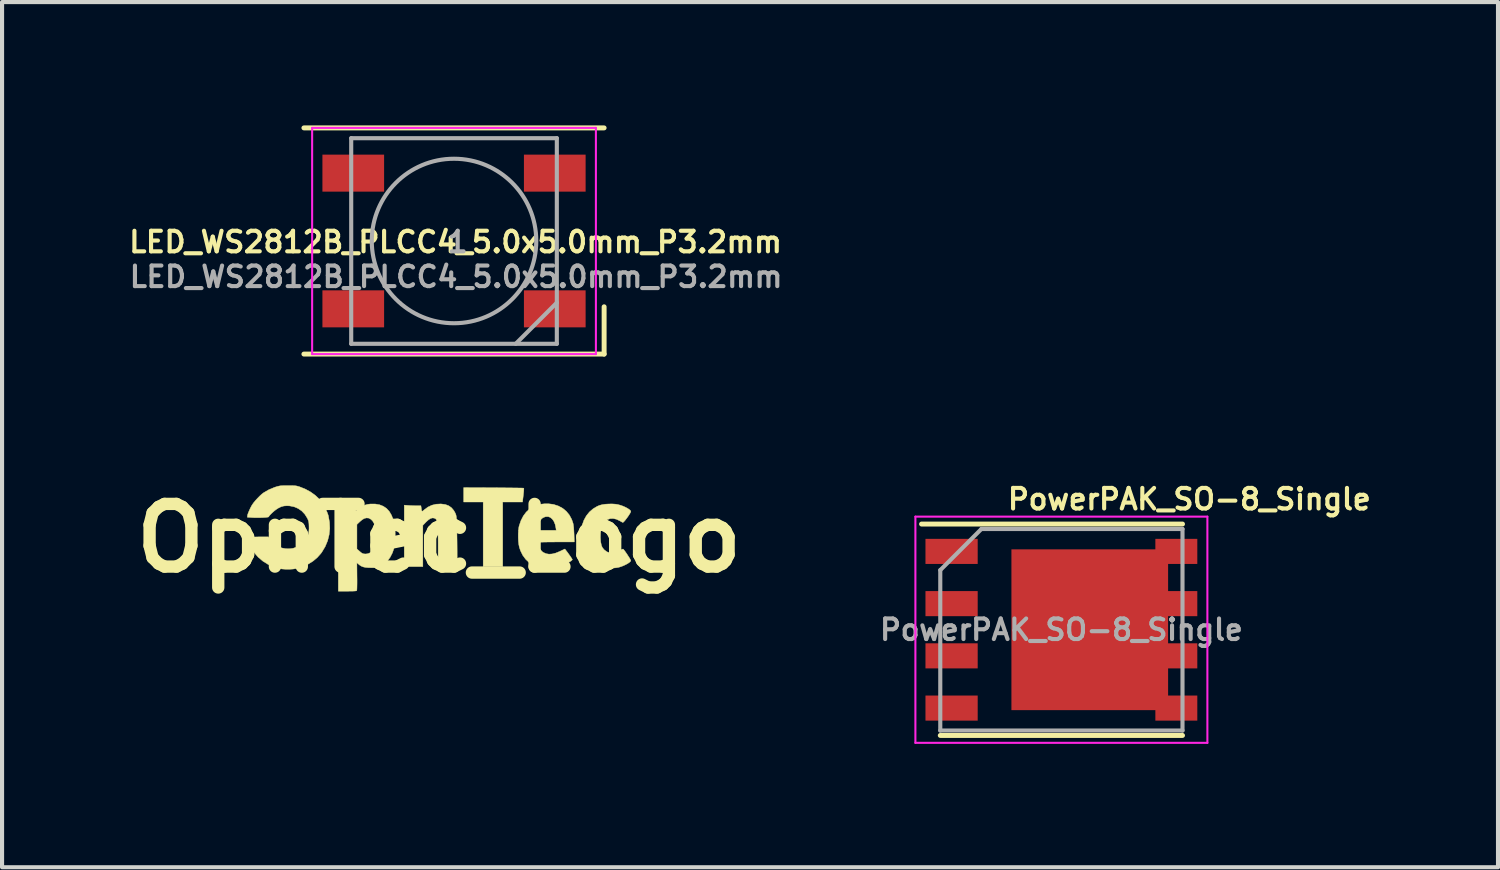
<source format=kicad_pcb>
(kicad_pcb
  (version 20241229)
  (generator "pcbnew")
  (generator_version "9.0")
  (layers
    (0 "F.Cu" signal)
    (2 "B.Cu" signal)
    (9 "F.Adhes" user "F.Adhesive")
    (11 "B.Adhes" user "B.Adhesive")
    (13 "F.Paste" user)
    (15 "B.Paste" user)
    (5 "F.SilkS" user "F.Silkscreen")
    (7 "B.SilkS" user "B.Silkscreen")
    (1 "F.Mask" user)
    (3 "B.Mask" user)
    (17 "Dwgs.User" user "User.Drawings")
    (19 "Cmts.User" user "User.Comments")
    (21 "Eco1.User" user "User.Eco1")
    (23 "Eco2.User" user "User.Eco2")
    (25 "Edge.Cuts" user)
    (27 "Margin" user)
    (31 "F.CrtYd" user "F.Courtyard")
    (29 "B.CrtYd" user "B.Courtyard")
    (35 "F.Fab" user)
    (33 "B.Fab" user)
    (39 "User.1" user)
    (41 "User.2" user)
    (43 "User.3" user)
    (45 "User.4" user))
  (footprint "OpnTec_Logo"
    (layer "F.Cu")
    (at 7.627 10.038)
    (property "Reference" "OpnTec_Logo" (at 0 0 0) (layer "F.SilkS") (effects (font (size 1.524 1.524) (thickness 0.3))))
    (attr through_hole)
    (fp_poly (pts (xy 1.326 -1.228) (xy 1.452 -1.227) (xy 1.571 -1.226) (xy 1.682 -1.225) (xy 1.782 -1.224) (xy 1.87 -1.223) (xy 1.943 -1.222) (xy 2.001 -1.221) (xy 2.04 -1.219) (xy 2.059 -1.218) (xy 2.06 -1.217) (xy 2.061 -1.204) (xy 2.06 -1.173) (xy 2.057 -1.127) (xy 2.051 -1.072) (xy 2.048 -1.045) (xy 2.029 -0.881) (xy 1.547 -0.881) (xy 1.547 0.689) (xy 1.072 0.689) (xy 1.072 -0.881) (xy 0.598 -0.881) (xy 0.598 -1.231) (xy 1.326 -1.228)) (stroke (width 0.01) (type solid)) (fill yes) (layer "F.SilkS"))
    (fp_poly (pts (xy 0.057 -0.833) (xy 0.153 -0.82) (xy 0.235 -0.789) (xy 0.303 -0.74) (xy 0.359 -0.673) (xy 0.393 -0.611) (xy 0.402 -0.591) (xy 0.409 -0.572) (xy 0.414 -0.551) (xy 0.419 -0.525) (xy 0.422 -0.491) (xy 0.424 -0.445) (xy 0.427 -0.385) (xy 0.429 -0.307) (xy 0.43 -0.248) (xy 0.433 -0.149) (xy 0.435 -0.034) (xy 0.437 0.088) (xy 0.438 0.208) (xy 0.439 0.32) (xy 0.439 0.37) (xy 0.44 0.689) (xy -0.023 0.689) (xy -0.023 0.246) (xy -0.023 0.101) (xy -0.024 -0.023) (xy -0.026 -0.127) (xy -0.029 -0.214) (xy -0.033 -0.286) (xy -0.038 -0.343) (xy -0.045 -0.388) (xy -0.054 -0.422) (xy -0.065 -0.448) (xy -0.078 -0.466) (xy -0.094 -0.478) (xy -0.113 -0.487) (xy -0.118 -0.489) (xy -0.16 -0.494) (xy -0.206 -0.482) (xy -0.255 -0.451) (xy -0.312 -0.4) (xy -0.319 -0.393) (xy -0.395 -0.314) (xy -0.395 0.689) (xy -0.847 0.689) (xy -0.847 -0.805) (xy -0.754 -0.798) (xy -0.697 -0.794) (xy -0.63 -0.792) (xy -0.566 -0.79) (xy -0.551 -0.79) (xy -0.442 -0.79) (xy -0.434 -0.737) (xy -0.428 -0.69) (xy -0.421 -0.664) (xy -0.41 -0.656) (xy -0.393 -0.665) (xy -0.365 -0.688) (xy -0.358 -0.694) (xy -0.27 -0.759) (xy -0.176 -0.803) (xy -0.073 -0.828) (xy 0.04 -0.834) (xy 0.057 -0.833)) (stroke (width 0.01) (type solid)) (fill yes) (layer "F.SilkS"))
    (fp_poly (pts (xy 4.288 -0.829) (xy 4.344 -0.82) (xy 4.405 -0.804) (xy 4.468 -0.782) (xy 4.527 -0.756) (xy 4.58 -0.728) (xy 4.623 -0.7) (xy 4.652 -0.674) (xy 4.662 -0.653) (xy 4.662 -0.652) (xy 4.656 -0.632) (xy 4.639 -0.6) (xy 4.613 -0.559) (xy 4.583 -0.515) (xy 4.551 -0.472) (xy 4.521 -0.433) (xy 4.494 -0.403) (xy 4.475 -0.386) (xy 4.469 -0.384) (xy 4.455 -0.389) (xy 4.429 -0.403) (xy 4.395 -0.423) (xy 4.313 -0.462) (xy 4.234 -0.48) (xy 4.16 -0.477) (xy 4.09 -0.453) (xy 4.037 -0.417) (xy 3.988 -0.361) (xy 3.964 -0.312) (xy 3.939 -0.223) (xy 3.925 -0.122) (xy 3.922 -0.017) (xy 3.929 0.085) (xy 3.947 0.173) (xy 3.968 0.222) (xy 4.003 0.268) (xy 4.018 0.283) (xy 4.081 0.33) (xy 4.15 0.355) (xy 4.224 0.359) (xy 4.305 0.341) (xy 4.391 0.301) (xy 4.407 0.292) (xy 4.439 0.274) (xy 4.465 0.264) (xy 4.475 0.263) (xy 4.487 0.275) (xy 4.509 0.302) (xy 4.536 0.339) (xy 4.566 0.383) (xy 4.596 0.429) (xy 4.624 0.472) (xy 4.646 0.509) (xy 4.659 0.536) (xy 4.662 0.545) (xy 4.652 0.565) (xy 4.625 0.589) (xy 4.583 0.617) (xy 4.532 0.644) (xy 4.476 0.67) (xy 4.418 0.692) (xy 4.363 0.708) (xy 4.354 0.71) (xy 4.296 0.719) (xy 4.225 0.725) (xy 4.149 0.727) (xy 4.079 0.726) (xy 4.039 0.722) (xy 3.973 0.712) (xy 3.917 0.698) (xy 3.862 0.676) (xy 3.804 0.648) (xy 3.705 0.584) (xy 3.621 0.504) (xy 3.552 0.408) (xy 3.5 0.298) (xy 3.465 0.174) (xy 3.446 0.038) (xy 3.443 -0.045) (xy 3.452 -0.187) (xy 3.479 -0.319) (xy 3.522 -0.439) (xy 3.581 -0.546) (xy 3.656 -0.639) (xy 3.745 -0.716) (xy 3.847 -0.777) (xy 3.909 -0.802) (xy 3.968 -0.817) (xy 4.042 -0.828) (xy 4.125 -0.833) (xy 4.209 -0.834) (xy 4.288 -0.829)) (stroke (width 0.01) (type solid)) (fill yes) (layer "F.SilkS"))
    (fp_poly (pts (xy -1.551 -0.832) (xy -1.447 -0.814) (xy -1.357 -0.778) (xy -1.278 -0.725) (xy -1.212 -0.653) (xy -1.158 -0.562) (xy -1.114 -0.451) (xy -1.093 -0.378) (xy -1.084 -0.337) (xy -1.077 -0.299) (xy -1.072 -0.258) (xy -1.069 -0.21) (xy -1.068 -0.149) (xy -1.068 -0.07) (xy -1.068 -0.068) (xy -1.068 0.011) (xy -1.07 0.072) (xy -1.073 0.12) (xy -1.077 0.16) (xy -1.084 0.195) (xy -1.093 0.231) (xy -1.135 0.355) (xy -1.191 0.464) (xy -1.258 0.556) (xy -1.336 0.63) (xy -1.411 0.679) (xy -1.441 0.694) (xy -1.466 0.705) (xy -1.491 0.711) (xy -1.52 0.715) (xy -1.56 0.716) (xy -1.616 0.717) (xy -1.637 0.717) (xy -1.722 0.715) (xy -1.79 0.709) (xy -1.844 0.697) (xy -1.89 0.679) (xy -1.931 0.653) (xy -1.952 0.636) (xy -1.999 0.596) (xy -1.996 0.927) (xy -1.995 1.012) (xy -1.995 1.09) (xy -1.996 1.157) (xy -1.997 1.212) (xy -1.999 1.251) (xy -2.001 1.271) (xy -2.002 1.273) (xy -2.011 1.278) (xy -2.035 1.282) (xy -2.073 1.285) (xy -2.13 1.286) (xy -2.206 1.287) (xy -2.23 1.287) (xy -2.45 1.287) (xy -2.45 -0.336) (xy -1.998 -0.336) (xy -1.998 0.26) (xy -1.951 0.302) (xy -1.919 0.33) (xy -1.888 0.355) (xy -1.875 0.364) (xy -1.836 0.379) (xy -1.785 0.383) (xy -1.733 0.376) (xy -1.696 0.362) (xy -1.659 0.341) (xy -1.632 0.315) (xy -1.608 0.279) (xy -1.586 0.235) (xy -1.564 0.169) (xy -1.548 0.087) (xy -1.54 -0.005) (xy -1.538 -0.101) (xy -1.544 -0.194) (xy -1.557 -0.279) (xy -1.577 -0.35) (xy -1.582 -0.361) (xy -1.615 -0.418) (xy -1.658 -0.461) (xy -1.706 -0.488) (xy -1.722 -0.492) (xy -1.772 -0.494) (xy -1.822 -0.48) (xy -1.874 -0.448) (xy -1.925 -0.405) (xy -1.998 -0.336) (xy -2.45 -0.336) (xy -2.45 -0.802) (xy -2.038 -0.796) (xy -2.034 -0.745) (xy -2.031 -0.703) (xy -2.024 -0.681) (xy -2.01 -0.679) (xy -1.986 -0.693) (xy -1.962 -0.712) (xy -1.886 -0.766) (xy -1.814 -0.803) (xy -1.74 -0.824) (xy -1.67 -0.833) (xy -1.551 -0.832)) (stroke (width 0.01) (type solid)) (fill yes) (layer "F.SilkS"))
    (fp_poly (pts (xy 2.671 -0.837) (xy 2.766 -0.825) (xy 2.791 -0.82) (xy 2.906 -0.782) (xy 3.008 -0.726) (xy 3.096 -0.652) (xy 3.168 -0.564) (xy 3.224 -0.46) (xy 3.257 -0.366) (xy 3.265 -0.323) (xy 3.273 -0.26) (xy 3.278 -0.181) (xy 3.282 -0.104) (xy 3.288 0.09) (xy 2.855 0.09) (xy 2.758 0.091) (xy 2.667 0.091) (xy 2.586 0.093) (xy 2.517 0.094) (xy 2.463 0.096) (xy 2.425 0.098) (xy 2.407 0.1) (xy 2.406 0.1) (xy 2.398 0.111) (xy 2.398 0.131) (xy 2.405 0.159) (xy 2.429 0.221) (xy 2.465 0.279) (xy 2.508 0.326) (xy 2.534 0.345) (xy 2.601 0.375) (xy 2.672 0.387) (xy 2.75 0.382) (xy 2.837 0.36) (xy 2.935 0.32) (xy 2.943 0.316) (xy 3.059 0.261) (xy 3.091 0.303) (xy 3.122 0.343) (xy 3.154 0.388) (xy 3.185 0.431) (xy 3.211 0.47) (xy 3.231 0.5) (xy 3.24 0.517) (xy 3.24 0.519) (xy 3.23 0.533) (xy 3.204 0.555) (xy 3.164 0.58) (xy 3.116 0.608) (xy 3.062 0.636) (xy 3.007 0.662) (xy 2.955 0.683) (xy 2.924 0.694) (xy 2.889 0.703) (xy 2.843 0.709) (xy 2.783 0.714) (xy 2.706 0.717) (xy 2.67 0.718) (xy 2.595 0.719) (xy 2.539 0.719) (xy 2.496 0.717) (xy 2.462 0.714) (xy 2.432 0.707) (xy 2.408 0.701) (xy 2.293 0.655) (xy 2.191 0.591) (xy 2.105 0.51) (xy 2.034 0.414) (xy 1.979 0.302) (xy 1.951 0.218) (xy 1.938 0.153) (xy 1.929 0.073) (xy 1.925 -0.015) (xy 1.925 -0.105) (xy 1.93 -0.19) (xy 1.93 -0.192) (xy 2.381 -0.192) (xy 2.848 -0.192) (xy 2.841 -0.246) (xy 2.821 -0.34) (xy 2.789 -0.416) (xy 2.749 -0.47) (xy 2.702 -0.508) (xy 2.652 -0.526) (xy 2.595 -0.524) (xy 2.573 -0.519) (xy 2.517 -0.494) (xy 2.47 -0.45) (xy 2.433 -0.386) (xy 2.404 -0.303) (xy 2.389 -0.234) (xy 2.381 -0.192) (xy 1.93 -0.192) (xy 1.939 -0.264) (xy 1.946 -0.299) (xy 1.99 -0.428) (xy 2.048 -0.541) (xy 2.119 -0.636) (xy 2.205 -0.715) (xy 2.304 -0.775) (xy 2.388 -0.808) (xy 2.473 -0.828) (xy 2.57 -0.838) (xy 2.671 -0.837)) (stroke (width 0.01) (type solid)) (fill yes) (layer "F.SilkS"))
    (fp_poly (pts (xy -3.603 -1.28) (xy -3.549 -1.279) (xy -3.508 -1.277) (xy -3.474 -1.273) (xy -3.443 -1.266) (xy -3.41 -1.257) (xy -3.387 -1.249) (xy -3.252 -1.195) (xy -3.126 -1.126) (xy -3.013 -1.045) (xy -2.915 -0.954) (xy -2.879 -0.911) (xy -2.841 -0.857) (xy -2.8 -0.79) (xy -2.761 -0.716) (xy -2.727 -0.643) (xy -2.702 -0.577) (xy -2.693 -0.548) (xy -2.665 -0.39) (xy -2.658 -0.235) (xy -2.674 -0.084) (xy -2.711 0.062) (xy -2.77 0.203) (xy -2.851 0.338) (xy -2.874 0.37) (xy -2.962 0.469) (xy -3.067 0.557) (xy -3.186 0.631) (xy -3.315 0.69) (xy -3.452 0.732) (xy -3.479 0.738) (xy -3.553 0.749) (xy -3.639 0.754) (xy -3.729 0.754) (xy -3.812 0.748) (xy -3.872 0.739) (xy -4.021 0.696) (xy -4.16 0.635) (xy -4.286 0.556) (xy -4.398 0.461) (xy -4.495 0.351) (xy -4.575 0.226) (xy -4.615 0.144) (xy -4.633 0.098) (xy -4.648 0.056) (xy -4.658 0.024) (xy -4.659 0.019) (xy -4.665 -0.019) (xy -4.56 -0.026) (xy -4.507 -0.029) (xy -4.439 -0.032) (xy -4.367 -0.033) (xy -4.302 -0.034) (xy -4.148 -0.034) (xy -4.126 0.007) (xy -4.1 0.044) (xy -4.06 0.087) (xy -4.011 0.131) (xy -3.96 0.171) (xy -3.913 0.201) (xy -3.903 0.206) (xy -3.821 0.237) (xy -3.73 0.254) (xy -3.639 0.256) (xy -3.552 0.245) (xy -3.484 0.222) (xy -3.401 0.175) (xy -3.325 0.116) (xy -3.263 0.051) (xy -3.242 0.023) (xy -3.206 -0.038) (xy -3.181 -0.096) (xy -3.167 -0.159) (xy -3.162 -0.232) (xy -3.163 -0.291) (xy -3.165 -0.347) (xy -3.169 -0.388) (xy -3.176 -0.42) (xy -3.187 -0.451) (xy -3.205 -0.488) (xy -3.206 -0.491) (xy -3.265 -0.585) (xy -3.339 -0.663) (xy -3.426 -0.723) (xy -3.524 -0.765) (xy -3.633 -0.787) (xy -3.699 -0.79) (xy -3.773 -0.785) (xy -3.84 -0.767) (xy -3.907 -0.735) (xy -3.965 -0.697) (xy -4.003 -0.668) (xy -4.042 -0.634) (xy -4.08 -0.598) (xy -4.112 -0.565) (xy -4.134 -0.538) (xy -4.143 -0.522) (xy -4.143 -0.521) (xy -4.154 -0.516) (xy -4.183 -0.511) (xy -4.227 -0.506) (xy -4.281 -0.503) (xy -4.342 -0.501) (xy -4.406 -0.5) (xy -4.469 -0.5) (xy -4.526 -0.502) (xy -4.538 -0.503) (xy -4.662 -0.511) (xy -4.662 -0.54) (xy -4.657 -0.568) (xy -4.643 -0.609) (xy -4.622 -0.66) (xy -4.597 -0.716) (xy -4.57 -0.77) (xy -4.547 -0.81) (xy -4.514 -0.858) (xy -4.468 -0.914) (xy -4.415 -0.972) (xy -4.36 -1.028) (xy -4.307 -1.076) (xy -4.268 -1.106) (xy -4.138 -1.181) (xy -3.998 -1.239) (xy -3.966 -1.249) (xy -3.927 -1.261) (xy -3.893 -1.269) (xy -3.858 -1.275) (xy -3.818 -1.278) (xy -3.768 -1.28) (xy -3.701 -1.28) (xy -3.675 -1.28) (xy -3.603 -1.28)) (stroke (width 0.01) (type solid)) (fill yes) (layer "F.SilkS")))
  (footprint "LED_WS2812B_PLCC4_5.0x5.0mm_P3.2mm"
    (layer "F.Cu")
    (at 7.99 2.81)
    (property "Reference" "LED_WS2812B_PLCC4_5.0x5.0mm_P3.2mm" (at 0.038 0.025 0) (layer "F.SilkS") (effects (font (size 0.5 0.5) (thickness 0.1))))
    (attr smd)
    (fp_line (start -3.65 -2.75) (end 3.65 -2.75) (stroke (width 0.12) (type solid)) (layer "F.SilkS"))
    (fp_line (start -3.65 2.75) (end 3.65 2.75) (stroke (width 0.12) (type solid)) (layer "F.SilkS"))
    (fp_line (start 3.65 2.75) (end 3.65 1.6) (stroke (width 0.12) (type solid)) (layer "F.SilkS"))
    (fp_line (start -3.45 -2.75) (end -3.45 2.75) (stroke (width 0.05) (type solid)) (layer "F.CrtYd"))
    (fp_line (start -3.45 2.75) (end 3.45 2.75) (stroke (width 0.05) (type solid)) (layer "F.CrtYd"))
    (fp_line (start 3.45 -2.75) (end -3.45 -2.75) (stroke (width 0.05) (type solid)) (layer "F.CrtYd"))
    (fp_line (start 3.45 2.75) (end 3.45 -2.75) (stroke (width 0.05) (type solid)) (layer "F.CrtYd"))
    (fp_line (start -2.5 -2.5) (end -2.5 2.5) (stroke (width 0.1) (type solid)) (layer "F.Fab"))
    (fp_line (start -2.5 2.5) (end 2.5 2.5) (stroke (width 0.1) (type solid)) (layer "F.Fab"))
    (fp_line (start 2.5 -2.5) (end -2.5 -2.5) (stroke (width 0.1) (type solid)) (layer "F.Fab"))
    (fp_line (start 2.5 1.5) (end 1.5 2.5) (stroke (width 0.1) (type solid)) (layer "F.Fab"))
    (fp_line (start 2.5 2.5) (end 2.5 -2.5) (stroke (width 0.1) (type solid)) (layer "F.Fab"))
    (fp_circle (center 0 0) (end 0 -2) (stroke (width 0.1) (type solid)) (fill no) (layer "F.Fab"))
    (fp_text user "${REFERENCE}" (at 0.051 0.871 0) (layer "F.Fab") (effects (font (size 0.5 0.5) (thickness 0.1))))
    (fp_text user "1" (at 0.089 0.025 0) (layer "F.Fab") (effects (font (size 0.5 0.5) (thickness 0.1))))
    (pad "1" smd rect (at -2.45 -1.65) (size 1.5 0.9) (layers "F.Cu" "F.Mask" "F.Paste"))
    (pad "2" smd rect (at -2.45 1.65) (size 1.5 0.9) (layers "F.Cu" "F.Mask" "F.Paste"))
    (pad "3" smd rect (at 2.45 1.65) (size 1.5 0.9) (layers "F.Cu" "F.Mask" "F.Paste"))
    (pad "4" smd rect (at 2.45 -1.65) (size 1.5 0.9) (layers "F.Cu" "F.Mask" "F.Paste")))
  (footprint "PowerPAK_SO-8_Single"
    (layer "F.Cu")
    (at 22.759 12.263)
    (property "Reference" "PowerPAK_SO-8_Single" (at 3.111 -3.175 0) (layer "F.SilkS") (effects (font (size 0.5 0.5) (thickness 0.1))))
    (attr smd)
    (fp_line (start -3.4 -2.57) (end 2.945 -2.57) (stroke (width 0.12) (type solid)) (layer "F.SilkS"))
    (fp_line (start -2.945 2.57) (end 2.945 2.57) (stroke (width 0.12) (type solid)) (layer "F.SilkS"))
    (fp_line (start -3.55 -2.75) (end -3.55 2.75) (stroke (width 0.05) (type solid)) (layer "F.CrtYd"))
    (fp_line (start -3.55 -2.75) (end 3.55 -2.75) (stroke (width 0.05) (type solid)) (layer "F.CrtYd"))
    (fp_line (start -3.55 2.75) (end 3.55 2.75) (stroke (width 0.05) (type solid)) (layer "F.CrtYd"))
    (fp_line (start 3.55 -2.75) (end 3.55 2.75) (stroke (width 0.05) (type solid)) (layer "F.CrtYd"))
    (fp_line (start -2.945 2.45) (end -2.945 -1.45) (stroke (width 0.1) (type solid)) (layer "F.Fab"))
    (fp_line (start -1.945 -2.45) (end -2.945 -1.45) (stroke (width 0.1) (type solid)) (layer "F.Fab"))
    (fp_line (start -1.945 -2.45) (end 2.945 -2.45) (stroke (width 0.1) (type solid)) (layer "F.Fab"))
    (fp_line (start 2.945 -2.45) (end 2.945 2.45) (stroke (width 0.1) (type solid)) (layer "F.Fab"))
    (fp_line (start 2.945 2.45) (end -2.945 2.45) (stroke (width 0.1) (type solid)) (layer "F.Fab"))
    (fp_text user "${REFERENCE}" (at 0 0 0) (layer "F.Fab") (effects (font (size 0.5 0.5) (thickness 0.1))))
    (pad "1" smd rect (at 0.69 0) (size 3.81 3.91) (layers "F.Cu" "F.Mask" "F.Paste"))
    (pad "1" smd rect (at 2.795 -1.905) (size 1.02 0.61) (layers "F.Cu" "F.Mask" "F.Paste"))
    (pad "1" smd rect (at 2.795 -0.635) (size 1.02 0.61) (layers "F.Cu" "F.Mask" "F.Paste"))
    (pad "1" smd rect (at 2.795 0.635) (size 1.02 0.61) (layers "F.Cu" "F.Mask" "F.Paste"))
    (pad "1" smd rect (at 2.795 1.905) (size 1.02 0.61) (layers "F.Cu" "F.Mask" "F.Paste"))
    (pad "2" smd rect (at -2.67 1.905) (size 1.27 0.61) (layers "F.Cu" "F.Mask" "F.Paste"))
    (pad "3" smd rect (at -2.67 -1.905) (size 1.27 0.61) (layers "F.Cu" "F.Mask" "F.Paste"))
    (pad "3" smd rect (at -2.67 -0.635) (size 1.27 0.61) (layers "F.Cu" "F.Mask" "F.Paste"))
    (pad "3" smd rect (at -2.67 0.635) (size 1.27 0.61) (layers "F.Cu" "F.Mask" "F.Paste")))
  (gr_rect
    (start -3 -3)
    (end 33.376 18.038)
    (stroke (width 0.1) (type default))
    (fill no)
    (layer "Edge.Cuts")))
</source>
